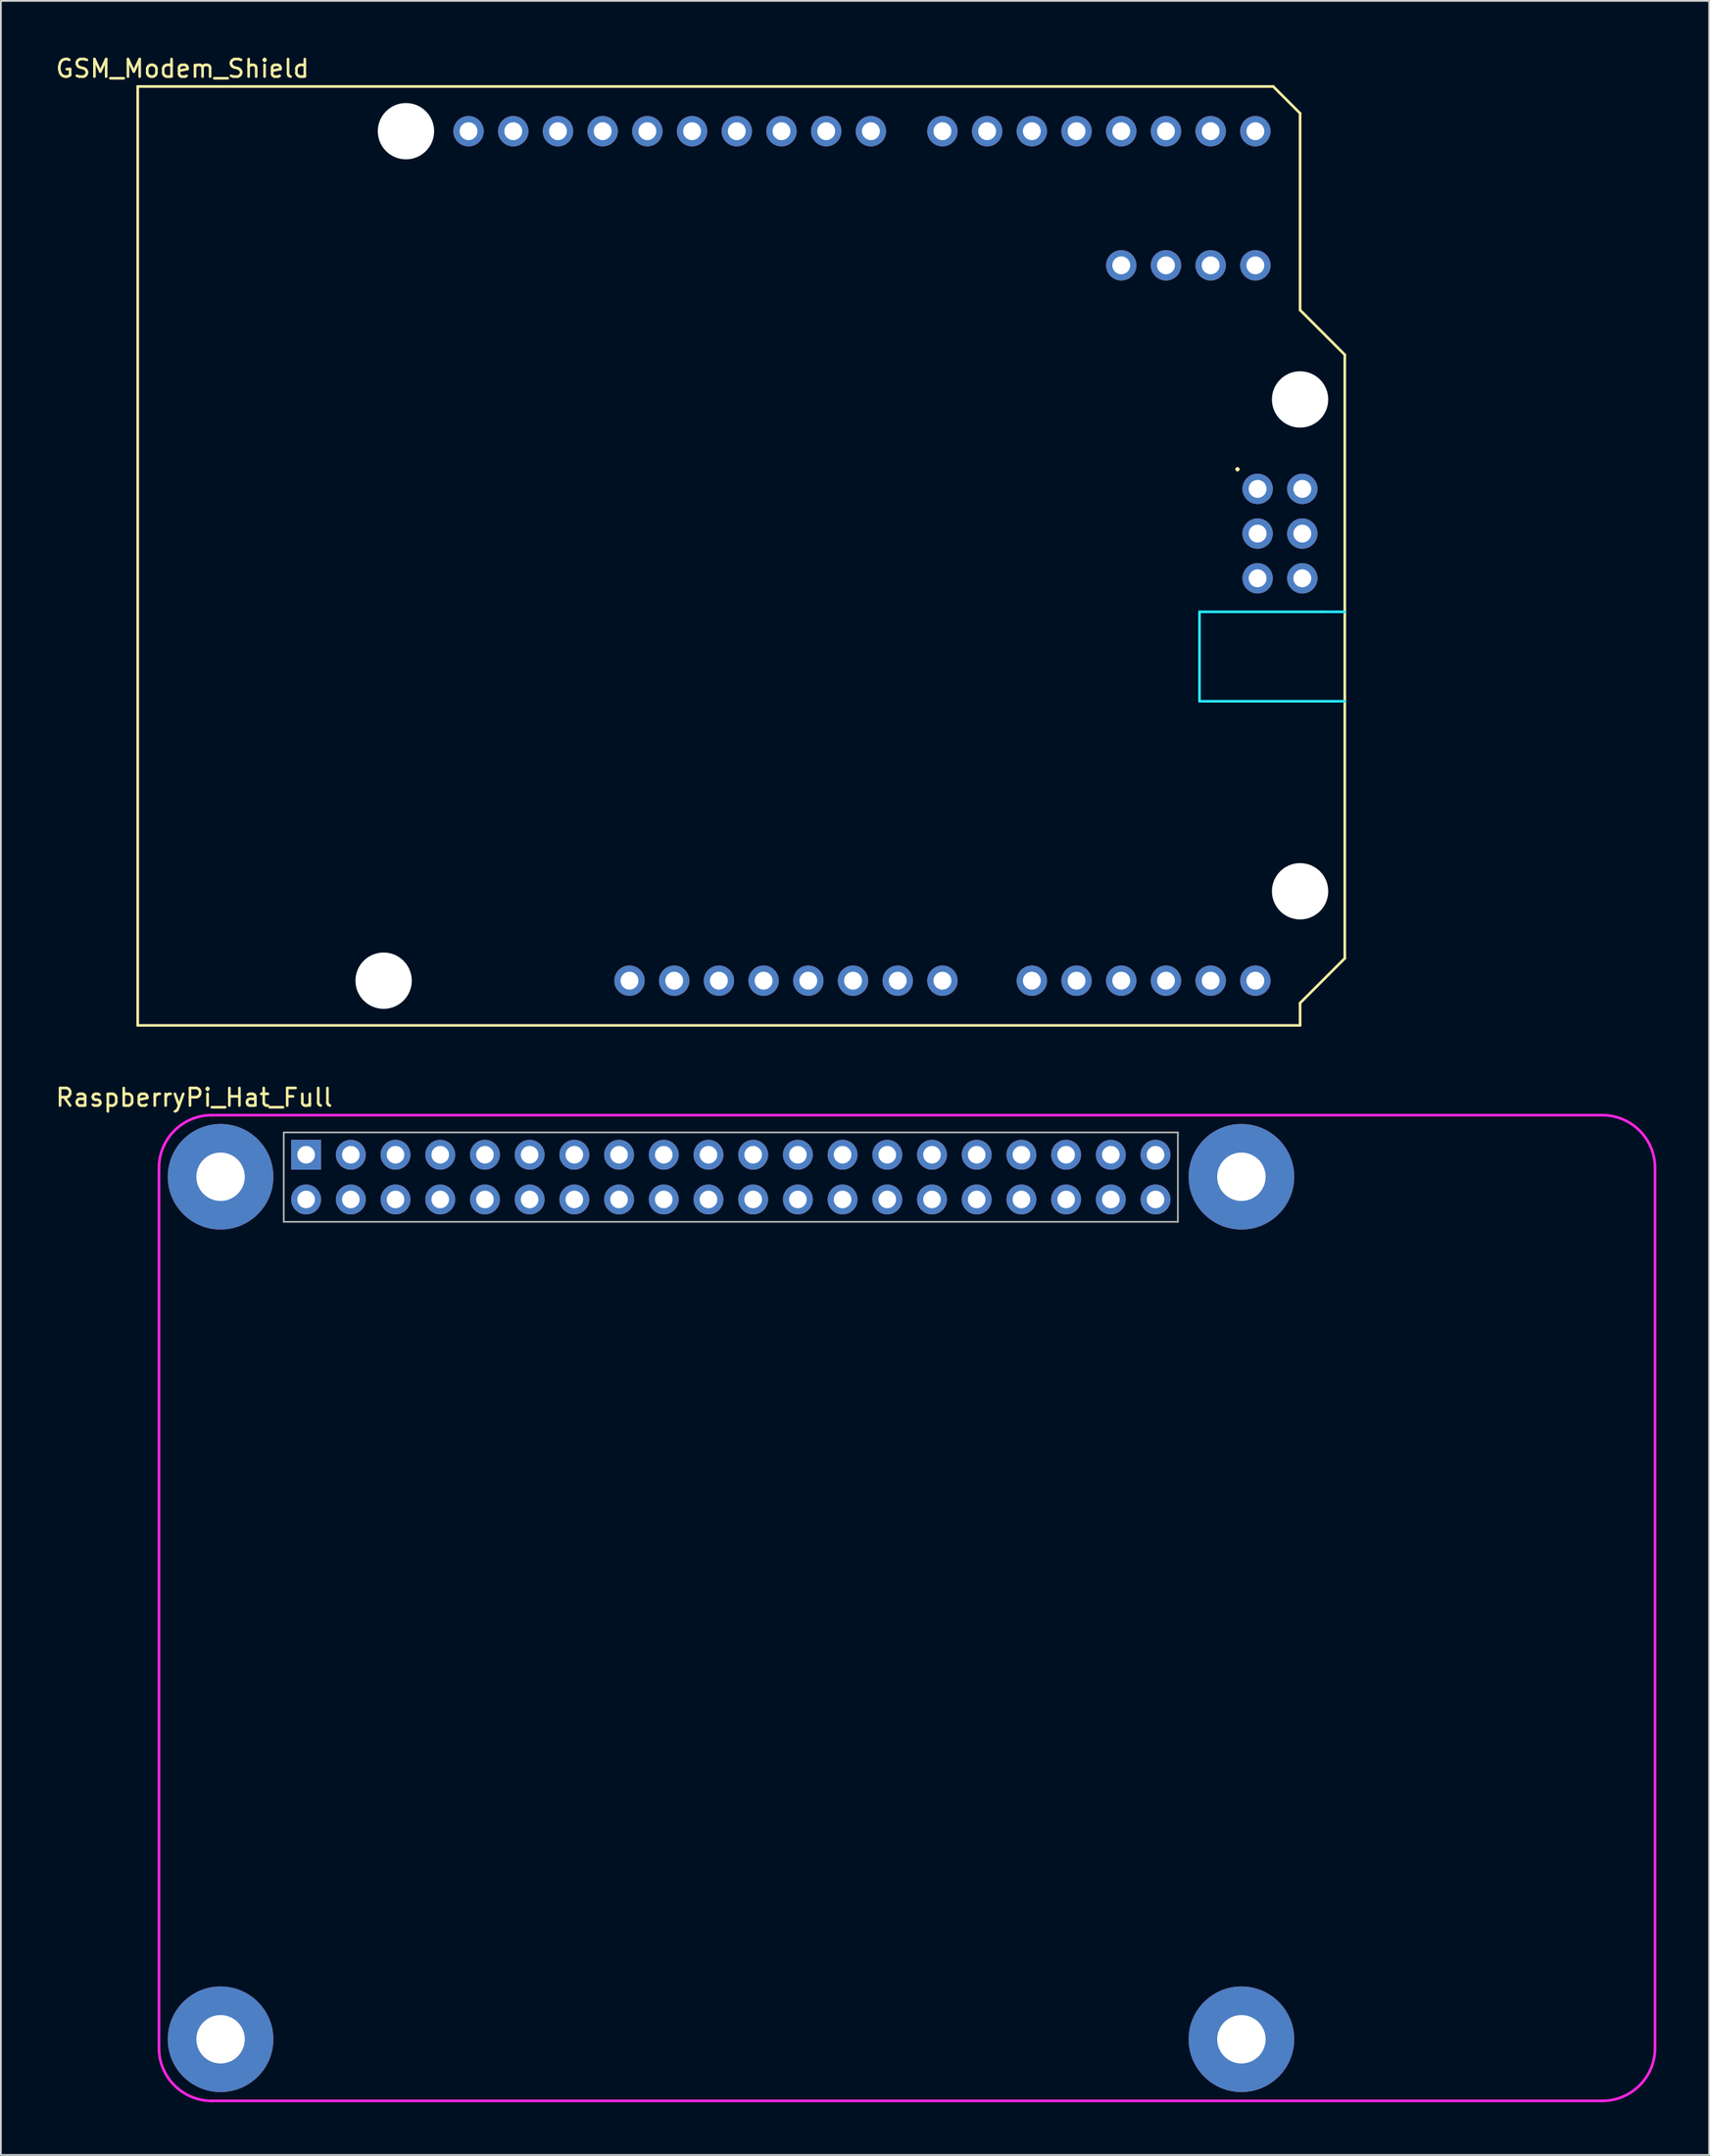
<source format=kicad_pcb>
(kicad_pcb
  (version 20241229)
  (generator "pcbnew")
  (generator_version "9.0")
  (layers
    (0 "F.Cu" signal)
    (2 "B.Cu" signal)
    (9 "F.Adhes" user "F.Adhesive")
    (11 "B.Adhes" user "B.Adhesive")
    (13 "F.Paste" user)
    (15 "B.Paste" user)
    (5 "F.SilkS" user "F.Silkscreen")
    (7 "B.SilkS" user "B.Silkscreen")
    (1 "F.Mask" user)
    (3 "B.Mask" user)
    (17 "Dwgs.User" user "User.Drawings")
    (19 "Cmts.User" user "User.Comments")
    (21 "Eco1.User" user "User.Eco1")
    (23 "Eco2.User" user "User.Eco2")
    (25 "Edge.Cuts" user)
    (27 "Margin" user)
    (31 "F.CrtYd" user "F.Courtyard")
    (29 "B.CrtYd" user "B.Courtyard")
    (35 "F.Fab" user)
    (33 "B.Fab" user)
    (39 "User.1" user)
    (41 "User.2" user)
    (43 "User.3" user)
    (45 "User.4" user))
  (footprint "GSM_Modem_Shield"
    (layer "F.Cu")
    (at 4.775 55.204)
    (property "Reference" "GSM_Modem_Shield" (at 2.54 -54.356 0) (layer "F.SilkS") (effects (font (size 1 1) (thickness 0.15))))
    (attr through_hole)
    (fp_line (start 0 -53.34) (end 0 0) (stroke (width 0.15) (type solid)) (layer "F.SilkS"))
    (fp_line (start 0 -53.34) (end 64.516 -53.34) (stroke (width 0.15) (type solid)) (layer "F.SilkS"))
    (fp_line (start 0 0) (end 66.04 0) (stroke (width 0.15) (type solid)) (layer "F.SilkS"))
    (fp_line (start 64.516 -53.34) (end 66.04 -51.816) (stroke (width 0.15) (type solid)) (layer "F.SilkS"))
    (fp_line (start 66.04 -40.64) (end 66.04 -51.816) (stroke (width 0.15) (type solid)) (layer "F.SilkS"))
    (fp_line (start 66.04 -1.27) (end 68.58 -3.81) (stroke (width 0.15) (type solid)) (layer "F.SilkS"))
    (fp_line (start 66.04 0) (end 66.04 -1.27) (stroke (width 0.15) (type solid)) (layer "F.SilkS"))
    (fp_line (start 68.58 -38.1) (end 66.04 -40.64) (stroke (width 0.15) (type solid)) (layer "F.SilkS"))
    (fp_line (start 68.58 -3.81) (end 68.58 -38.1) (stroke (width 0.15) (type solid)) (layer "F.SilkS"))
    (fp_line (start 60.325 -23.495) (end 60.325 -18.415) (stroke (width 0.15) (type solid)) (layer "B.CrtYd"))
    (fp_line (start 60.325 -18.415) (end 68.58 -18.415) (stroke (width 0.15) (type solid)) (layer "B.CrtYd"))
    (fp_line (start 67.31 -23.495) (end 60.325 -23.495) (stroke (width 0.15) (type solid)) (layer "B.CrtYd"))
    (fp_line (start 67.31 -23.495) (end 68.58 -23.495) (stroke (width 0.15) (type solid)) (layer "B.CrtYd"))
    (fp_text user "." (at 62.484 -32.004 0) (layer "F.SilkS") (effects (font (size 1 1) (thickness 0.15))))
    (pad "" np_thru_hole circle (at 13.97 -2.54) (size 3.2 3.2) (drill 3.2) (layers "*.Cu" "*.Mask"))
    (pad "" np_thru_hole circle (at 15.24 -50.8) (size 3.2 3.2) (drill 3.2) (layers "*.Cu" "*.Mask"))
    (pad "" thru_hole oval (at 27.94 -2.54) (size 1.727 1.727) (drill 1.016) (layers "*.Cu" "*.Mask"))
    (pad "" np_thru_hole circle (at 66.04 -35.56) (size 3.2 3.2) (drill 3.2) (layers "*.Cu" "*.Mask"))
    (pad "" np_thru_hole circle (at 66.04 -7.62) (size 3.2 3.2) (drill 3.2) (layers "*.Cu" "*.Mask"))
    (pad "3V3" thru_hole oval (at 35.56 -2.54) (size 1.727 1.727) (drill 1.016) (layers "*.Cu" "*.Mask"))
    (pad "5V1" thru_hole oval (at 38.1 -2.54) (size 1.727 1.727) (drill 1.016) (layers "*.Cu" "*.Mask"))
    (pad "5V2" thru_hole oval (at 66.167 -30.48) (size 1.727 1.727) (drill 1.016) (layers "*.Cu" "*.Mask"))
    (pad "A0" thru_hole oval (at 50.8 -2.54) (size 1.727 1.727) (drill 1.016) (layers "*.Cu" "*.Mask"))
    (pad "A1" thru_hole oval (at 53.34 -2.54) (size 1.727 1.727) (drill 1.016) (layers "*.Cu" "*.Mask"))
    (pad "A2" thru_hole oval (at 55.88 -2.54) (size 1.727 1.727) (drill 1.016) (layers "*.Cu" "*.Mask"))
    (pad "A3" thru_hole oval (at 58.42 -2.54) (size 1.727 1.727) (drill 1.016) (layers "*.Cu" "*.Mask"))
    (pad "A4" thru_hole oval (at 60.96 -2.54) (size 1.727 1.727) (drill 1.016) (layers "*.Cu" "*.Mask"))
    (pad "A5" thru_hole oval (at 63.5 -2.54) (size 1.727 1.727) (drill 1.016) (layers "*.Cu" "*.Mask"))
    (pad "AREF" thru_hole oval (at 23.876 -50.8) (size 1.727 1.727) (drill 1.016) (layers "*.Cu" "*.Mask"))
    (pad "D0" thru_hole oval (at 63.5 -50.8) (size 1.727 1.727) (drill 1.016) (layers "*.Cu" "*.Mask"))
    (pad "D1" thru_hole oval (at 60.96 -50.8) (size 1.727 1.727) (drill 1.016) (layers "*.Cu" "*.Mask"))
    (pad "D2" thru_hole oval (at 58.42 -50.8) (size 1.727 1.727) (drill 1.016) (layers "*.Cu" "*.Mask"))
    (pad "D3" thru_hole oval (at 55.88 -50.8) (size 1.727 1.727) (drill 1.016) (layers "*.Cu" "*.Mask"))
    (pad "D4" thru_hole oval (at 53.34 -50.8) (size 1.727 1.727) (drill 1.016) (layers "*.Cu" "*.Mask"))
    (pad "D5" thru_hole oval (at 50.8 -50.8) (size 1.727 1.727) (drill 1.016) (layers "*.Cu" "*.Mask"))
    (pad "D6" thru_hole oval (at 48.26 -50.8) (size 1.727 1.727) (drill 1.016) (layers "*.Cu" "*.Mask"))
    (pad "D7" thru_hole oval (at 45.72 -50.8) (size 1.727 1.727) (drill 1.016) (layers "*.Cu" "*.Mask"))
    (pad "D8" thru_hole oval (at 41.656 -50.8) (size 1.727 1.727) (drill 1.016) (layers "*.Cu" "*.Mask"))
    (pad "D9" thru_hole oval (at 39.116 -50.8) (size 1.727 1.727) (drill 1.016) (layers "*.Cu" "*.Mask"))
    (pad "D10" thru_hole oval (at 36.576 -50.8) (size 1.727 1.727) (drill 1.016) (layers "*.Cu" "*.Mask"))
    (pad "D11" thru_hole oval (at 34.036 -50.8) (size 1.727 1.727) (drill 1.016) (layers "*.Cu" "*.Mask"))
    (pad "D12" thru_hole oval (at 31.496 -50.8) (size 1.727 1.727) (drill 1.016) (layers "*.Cu" "*.Mask"))
    (pad "D13" thru_hole oval (at 28.956 -50.8) (size 1.727 1.727) (drill 1.016) (layers "*.Cu" "*.Mask"))
    (pad "GND1" thru_hole oval (at 26.416 -50.8) (size 1.727 1.727) (drill 1.016) (layers "*.Cu" "*.Mask"))
    (pad "GND2" thru_hole oval (at 40.64 -2.54) (size 1.727 1.727) (drill 1.016) (layers "*.Cu" "*.Mask"))
    (pad "GND3" thru_hole oval (at 43.18 -2.54) (size 1.727 1.727) (drill 1.016) (layers "*.Cu" "*.Mask"))
    (pad "GND4" thru_hole oval (at 66.167 -25.4) (size 1.727 1.727) (drill 1.016) (layers "*.Cu" "*.Mask"))
    (pad "IORF" thru_hole oval (at 30.48 -2.54) (size 1.727 1.727) (drill 1.016) (layers "*.Cu" "*.Mask"))
    (pad "MISO" thru_hole oval (at 63.627 -30.48) (size 1.727 1.727) (drill 1.016) (layers "*.Cu" "*.Mask"))
    (pad "MOSI" thru_hole oval (at 66.167 -27.94) (size 1.727 1.727) (drill 1.016) (layers "*.Cu" "*.Mask"))
    (pad "M_PK" thru_hole oval (at 58.42 -43.18) (size 1.727 1.727) (drill 1.016) (layers "*.Cu" "*.Mask"))
    (pad "M_RX" thru_hole oval (at 60.96 -43.18) (size 1.727 1.727) (drill 1.016) (layers "*.Cu" "*.Mask"))
    (pad "M_ST" thru_hole oval (at 55.88 -43.18) (size 1.727 1.727) (drill 1.016) (layers "*.Cu" "*.Mask"))
    (pad "M_TX" thru_hole oval (at 63.5 -43.18) (size 1.727 1.727) (drill 1.016) (layers "*.Cu" "*.Mask"))
    (pad "RST1" thru_hole oval (at 33.02 -2.54) (size 1.727 1.727) (drill 1.016) (layers "*.Cu" "*.Mask"))
    (pad "RST2" thru_hole oval (at 63.627 -25.4) (size 1.727 1.727) (drill 1.016) (layers "*.Cu" "*.Mask"))
    (pad "SCK" thru_hole oval (at 63.627 -27.94) (size 1.727 1.727) (drill 1.016) (layers "*.Cu" "*.Mask"))
    (pad "SCL" thru_hole oval (at 18.796 -50.8) (size 1.727 1.727) (drill 1.016) (layers "*.Cu" "*.Mask"))
    (pad "SDA" thru_hole oval (at 21.336 -50.8) (size 1.727 1.727) (drill 1.016) (layers "*.Cu" "*.Mask"))
    (pad "VIN" thru_hole oval (at 45.72 -2.54) (size 1.727 1.727) (drill 1.016) (layers "*.Cu" "*.Mask")))
  (footprint "RaspberryPi_Hat_Full"
    (layer "F.Cu")
    (at 14.342 62.553)
    (property "Reference" "RaspberryPi_Hat_Full" (at -6.36 -3.25 180) (layer "F.SilkS") (effects (font (size 1 1) (thickness 0.15))))
    (attr through_hole)
    (fp_line (start -8.36 0.75) (end -8.36 50.75) (stroke (width 0.15) (type solid)) (layer "F.CrtYd"))
    (fp_line (start -5.36 53.75) (end 73.64 53.75) (stroke (width 0.15) (type solid)) (layer "F.CrtYd"))
    (fp_line (start 73.64 -2.25) (end -5.36 -2.25) (stroke (width 0.15) (type solid)) (layer "F.CrtYd"))
    (fp_line (start 76.64 50.75) (end 76.64 0.75) (stroke (width 0.15) (type solid)) (layer "F.CrtYd"))
    (fp_arc (start -8.36 0.75) (mid -7.48132 -1.37132) (end -5.36 -2.25) (stroke (width 0.15) (type solid)) (layer "F.CrtYd"))
    (fp_arc (start -5.36 53.75) (mid -7.48132 52.87132) (end -8.36 50.75) (stroke (width 0.15) (type solid)) (layer "F.CrtYd"))
    (fp_arc (start 73.64 -2.25) (mid 75.76132 -1.37132) (end 76.64 0.75) (stroke (width 0.15) (type solid)) (layer "F.CrtYd"))
    (fp_arc (start 76.64 50.75) (mid 75.76132 52.87132) (end 73.64 53.75) (stroke (width 0.15) (type solid)) (layer "F.CrtYd"))
    (fp_line (start -1.27 -1.27) (end -1.27 3.81) (stroke (width 0.1) (type solid)) (layer "F.Fab"))
    (fp_line (start -1.27 3.81) (end 49.53 3.81) (stroke (width 0.1) (type solid)) (layer "F.Fab"))
    (fp_line (start 49.53 -1.27) (end -1.27 -1.27) (stroke (width 0.1) (type solid)) (layer "F.Fab"))
    (fp_line (start 49.53 3.81) (end 49.53 -1.27) (stroke (width 0.1) (type solid)) (layer "F.Fab"))
    (pad "" thru_hole circle (at -4.86 1.25) (size 6 6) (drill 2.75) (layers "*.Cu" "*.Mask"))
    (pad "" thru_hole circle (at -4.86 50.25) (size 6 6) (drill 2.75) (layers "*.Cu" "*.Mask"))
    (pad "" thru_hole circle (at 53.14 1.25) (size 6 6) (drill 2.75) (layers "*.Cu" "*.Mask"))
    (pad "" thru_hole circle (at 53.14 50.25) (size 6 6) (drill 2.75) (layers "*.Cu" "*.Mask"))
    (pad "1" thru_hole rect (at 0 0 90) (size 1.7 1.7) (drill 1) (layers "*.Cu" "*.Mask"))
    (pad "2" thru_hole oval (at 0 2.54 90) (size 1.7 1.7) (drill 1) (layers "*.Cu" "*.Mask"))
    (pad "3" thru_hole oval (at 2.54 0 90) (size 1.7 1.7) (drill 1) (layers "*.Cu" "*.Mask"))
    (pad "4" thru_hole oval (at 2.54 2.54 90) (size 1.7 1.7) (drill 1) (layers "*.Cu" "*.Mask"))
    (pad "5" thru_hole oval (at 5.08 0 90) (size 1.7 1.7) (drill 1) (layers "*.Cu" "*.Mask"))
    (pad "6" thru_hole oval (at 5.08 2.54 90) (size 1.7 1.7) (drill 1) (layers "*.Cu" "*.Mask"))
    (pad "7" thru_hole oval (at 7.62 0 90) (size 1.7 1.7) (drill 1) (layers "*.Cu" "*.Mask"))
    (pad "8" thru_hole oval (at 7.62 2.54 90) (size 1.7 1.7) (drill 1) (layers "*.Cu" "*.Mask"))
    (pad "9" thru_hole oval (at 10.16 0 90) (size 1.7 1.7) (drill 1) (layers "*.Cu" "*.Mask"))
    (pad "10" thru_hole oval (at 10.16 2.54 90) (size 1.7 1.7) (drill 1) (layers "*.Cu" "*.Mask"))
    (pad "11" thru_hole oval (at 12.7 0 90) (size 1.7 1.7) (drill 1) (layers "*.Cu" "*.Mask"))
    (pad "12" thru_hole oval (at 12.7 2.54 90) (size 1.7 1.7) (drill 1) (layers "*.Cu" "*.Mask"))
    (pad "13" thru_hole oval (at 15.24 0 90) (size 1.7 1.7) (drill 1) (layers "*.Cu" "*.Mask"))
    (pad "14" thru_hole oval (at 15.24 2.54 90) (size 1.7 1.7) (drill 1) (layers "*.Cu" "*.Mask"))
    (pad "15" thru_hole oval (at 17.78 0 90) (size 1.7 1.7) (drill 1) (layers "*.Cu" "*.Mask"))
    (pad "16" thru_hole oval (at 17.78 2.54 90) (size 1.7 1.7) (drill 1) (layers "*.Cu" "*.Mask"))
    (pad "17" thru_hole oval (at 20.32 0 90) (size 1.7 1.7) (drill 1) (layers "*.Cu" "*.Mask"))
    (pad "18" thru_hole oval (at 20.32 2.54 90) (size 1.7 1.7) (drill 1) (layers "*.Cu" "*.Mask"))
    (pad "19" thru_hole oval (at 22.86 0 90) (size 1.7 1.7) (drill 1) (layers "*.Cu" "*.Mask"))
    (pad "20" thru_hole oval (at 22.86 2.54 90) (size 1.7 1.7) (drill 1) (layers "*.Cu" "*.Mask"))
    (pad "21" thru_hole oval (at 25.4 0 90) (size 1.7 1.7) (drill 1) (layers "*.Cu" "*.Mask"))
    (pad "22" thru_hole oval (at 25.4 2.54 90) (size 1.7 1.7) (drill 1) (layers "*.Cu" "*.Mask"))
    (pad "23" thru_hole oval (at 27.94 0 90) (size 1.7 1.7) (drill 1) (layers "*.Cu" "*.Mask"))
    (pad "24" thru_hole oval (at 27.94 2.54 90) (size 1.7 1.7) (drill 1) (layers "*.Cu" "*.Mask"))
    (pad "25" thru_hole oval (at 30.48 0 90) (size 1.7 1.7) (drill 1) (layers "*.Cu" "*.Mask"))
    (pad "26" thru_hole oval (at 30.48 2.54 90) (size 1.7 1.7) (drill 1) (layers "*.Cu" "*.Mask"))
    (pad "27" thru_hole oval (at 33.02 0 90) (size 1.7 1.7) (drill 1) (layers "*.Cu" "*.Mask"))
    (pad "28" thru_hole oval (at 33.02 2.54 90) (size 1.7 1.7) (drill 1) (layers "*.Cu" "*.Mask"))
    (pad "29" thru_hole oval (at 35.56 0 90) (size 1.7 1.7) (drill 1) (layers "*.Cu" "*.Mask"))
    (pad "30" thru_hole oval (at 35.56 2.54 90) (size 1.7 1.7) (drill 1) (layers "*.Cu" "*.Mask"))
    (pad "31" thru_hole oval (at 38.1 0 90) (size 1.7 1.7) (drill 1) (layers "*.Cu" "*.Mask"))
    (pad "32" thru_hole oval (at 38.1 2.54 90) (size 1.7 1.7) (drill 1) (layers "*.Cu" "*.Mask"))
    (pad "33" thru_hole oval (at 40.64 0 90) (size 1.7 1.7) (drill 1) (layers "*.Cu" "*.Mask"))
    (pad "34" thru_hole oval (at 40.64 2.54 90) (size 1.7 1.7) (drill 1) (layers "*.Cu" "*.Mask"))
    (pad "35" thru_hole oval (at 43.18 0 90) (size 1.7 1.7) (drill 1) (layers "*.Cu" "*.Mask"))
    (pad "36" thru_hole oval (at 43.18 2.54 90) (size 1.7 1.7) (drill 1) (layers "*.Cu" "*.Mask"))
    (pad "37" thru_hole oval (at 45.72 0 90) (size 1.7 1.7) (drill 1) (layers "*.Cu" "*.Mask"))
    (pad "38" thru_hole oval (at 45.72 2.54 90) (size 1.7 1.7) (drill 1) (layers "*.Cu" "*.Mask"))
    (pad "39" thru_hole oval (at 48.26 0 90) (size 1.7 1.7) (drill 1) (layers "*.Cu" "*.Mask"))
    (pad "40" thru_hole oval (at 48.26 2.54 90) (size 1.7 1.7) (drill 1) (layers "*.Cu" "*.Mask")))
  (gr_rect
    (start -3 -3)
    (end 94.057 119.377)
    (stroke (width 0.1) (type default))
    (fill no)
    (layer "Edge.Cuts")))
</source>
